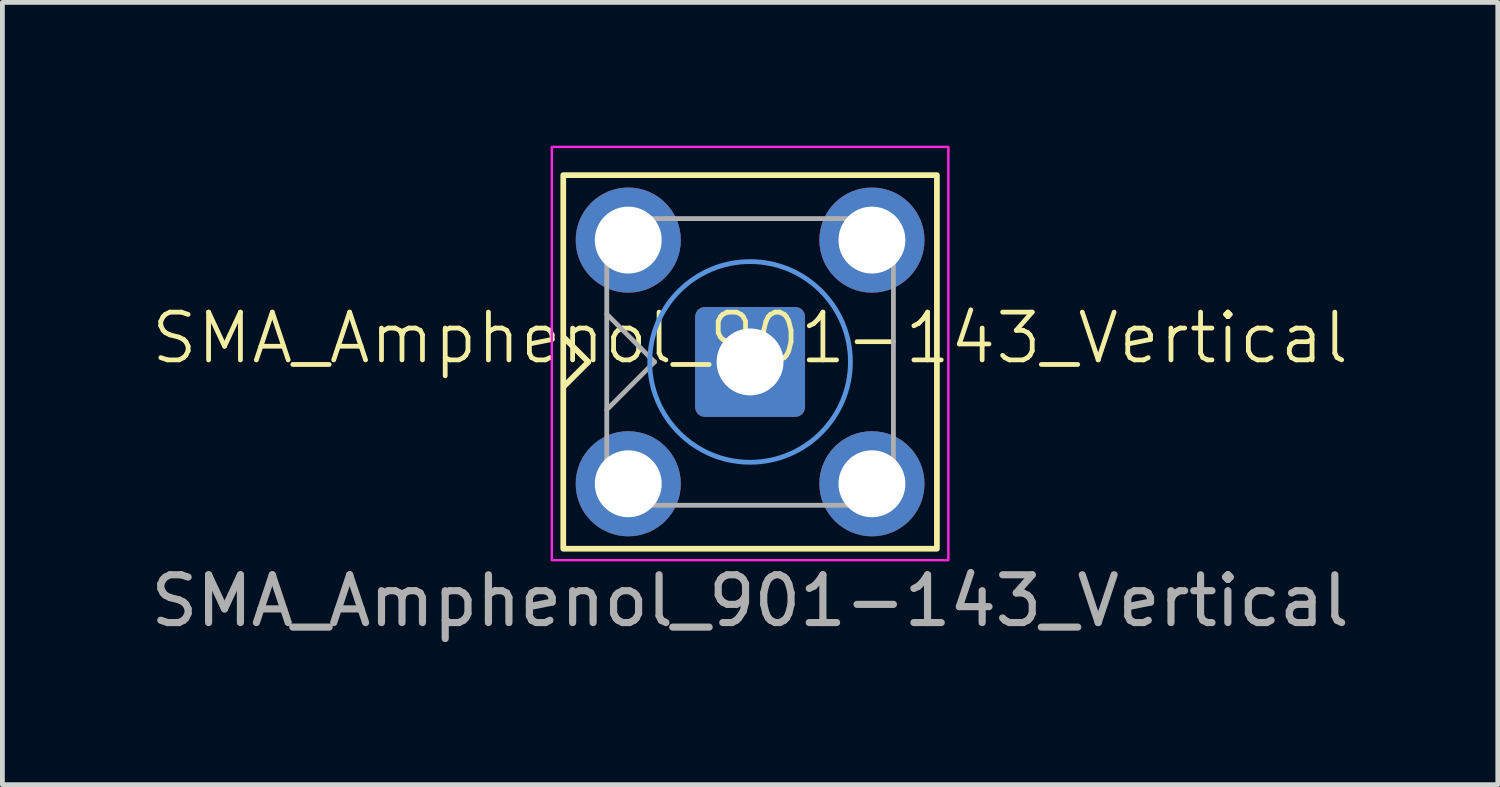
<source format=kicad_pcb>
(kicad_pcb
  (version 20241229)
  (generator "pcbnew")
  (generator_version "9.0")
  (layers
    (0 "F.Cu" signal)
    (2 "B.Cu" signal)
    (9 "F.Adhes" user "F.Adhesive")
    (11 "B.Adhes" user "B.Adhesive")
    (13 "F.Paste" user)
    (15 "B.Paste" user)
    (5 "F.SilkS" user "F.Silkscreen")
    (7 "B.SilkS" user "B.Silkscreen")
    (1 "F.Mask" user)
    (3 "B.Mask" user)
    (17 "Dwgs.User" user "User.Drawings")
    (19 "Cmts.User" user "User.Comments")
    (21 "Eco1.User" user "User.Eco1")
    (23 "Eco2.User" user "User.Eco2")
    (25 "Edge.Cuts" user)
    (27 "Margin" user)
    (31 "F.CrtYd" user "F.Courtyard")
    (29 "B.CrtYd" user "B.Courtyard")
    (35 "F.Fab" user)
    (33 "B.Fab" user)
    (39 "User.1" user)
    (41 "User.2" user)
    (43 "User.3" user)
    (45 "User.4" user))
  (footprint "SMA_Amphenol_901-143_Vertical"
    (layer "F.Cu")
    (at 12.649 4.525)
    (property "Reference" "SMA_Amphenol_901-143_Vertical" (at 0 -0.5 0) (unlocked yes) (layer "F.SilkS") (effects (font (size 1 1) (thickness 0.1))))
    (attr smd)
    (fp_line (start -3.885 0.5) (end -3.385 0) (stroke (width 0.12) (type solid)) (layer "F.SilkS"))
    (fp_line (start -3.385 0) (end -3.885 -0.5) (stroke (width 0.12) (type solid)) (layer "F.SilkS"))
    (fp_rect (start -3.91 -3.91) (end 3.91 3.91) (stroke (width 0.12) (type default)) (fill no) (layer "F.SilkS"))
    (fp_circle (center 0 0) (end 2.1 0) (stroke (width 0.1) (type default)) (fill no) (layer "Cmts.User"))
    (fp_rect (start -4.15 -4.5) (end 4.15 4.15) (stroke (width 0.05) (type default)) (fill no) (layer "F.CrtYd"))
    (fp_line (start -3 -3) (end -3 3) (stroke (width 0.1) (type solid)) (layer "F.Fab"))
    (fp_line (start -3 -3) (end 3 -3) (stroke (width 0.1) (type solid)) (layer "F.Fab"))
    (fp_line (start -3 -1) (end -2 0) (stroke (width 0.1) (type solid)) (layer "F.Fab"))
    (fp_line (start -3 3) (end 3 3) (stroke (width 0.1) (type solid)) (layer "F.Fab"))
    (fp_line (start -2 0) (end -3 1) (stroke (width 0.1) (type solid)) (layer "F.Fab"))
    (fp_line (start 3 -3) (end 3 3) (stroke (width 0.1) (type solid)) (layer "F.Fab"))
    (fp_text user "${REFERENCE}" (at 0 5 0) (layer "F.Fab") (effects (font (size 1 1) (thickness 0.15))))
    (pad "1" thru_hole roundrect (at 0 0) (size 2.3 2.3) (drill 1.4) (layers "*.Cu" "*.Mask") (remove_unused_layers yes) (keep_end_layers yes) (zone_layer_connections) (roundrect_rratio 0.087))
    (pad "2" thru_hole circle (at -2.55 -2.55) (size 2.2 2.2) (drill 1.4) (layers "*.Cu" "*.Mask") (remove_unused_layers yes) (keep_end_layers yes) (zone_layer_connections))
    (pad "2" thru_hole circle (at -2.55 2.55) (size 2.2 2.2) (drill 1.4) (layers "*.Cu" "*.Mask") (remove_unused_layers yes) (keep_end_layers yes) (zone_layer_connections))
    (pad "2" thru_hole circle (at 2.55 -2.55) (size 2.2 2.2) (drill 1.4) (layers "*.Cu" "*.Mask") (remove_unused_layers yes) (keep_end_layers yes) (zone_layer_connections))
    (pad "2" thru_hole circle (at 2.55 2.55) (size 2.2 2.2) (drill 1.4) (layers "*.Cu" "*.Mask") (remove_unused_layers yes) (keep_end_layers yes) (zone_layer_connections)))
  (gr_rect
    (start -3 -3)
    (end 28.298 13.373)
    (stroke (width 0.1) (type default))
    (fill no)
    (layer "Edge.Cuts")))
</source>
